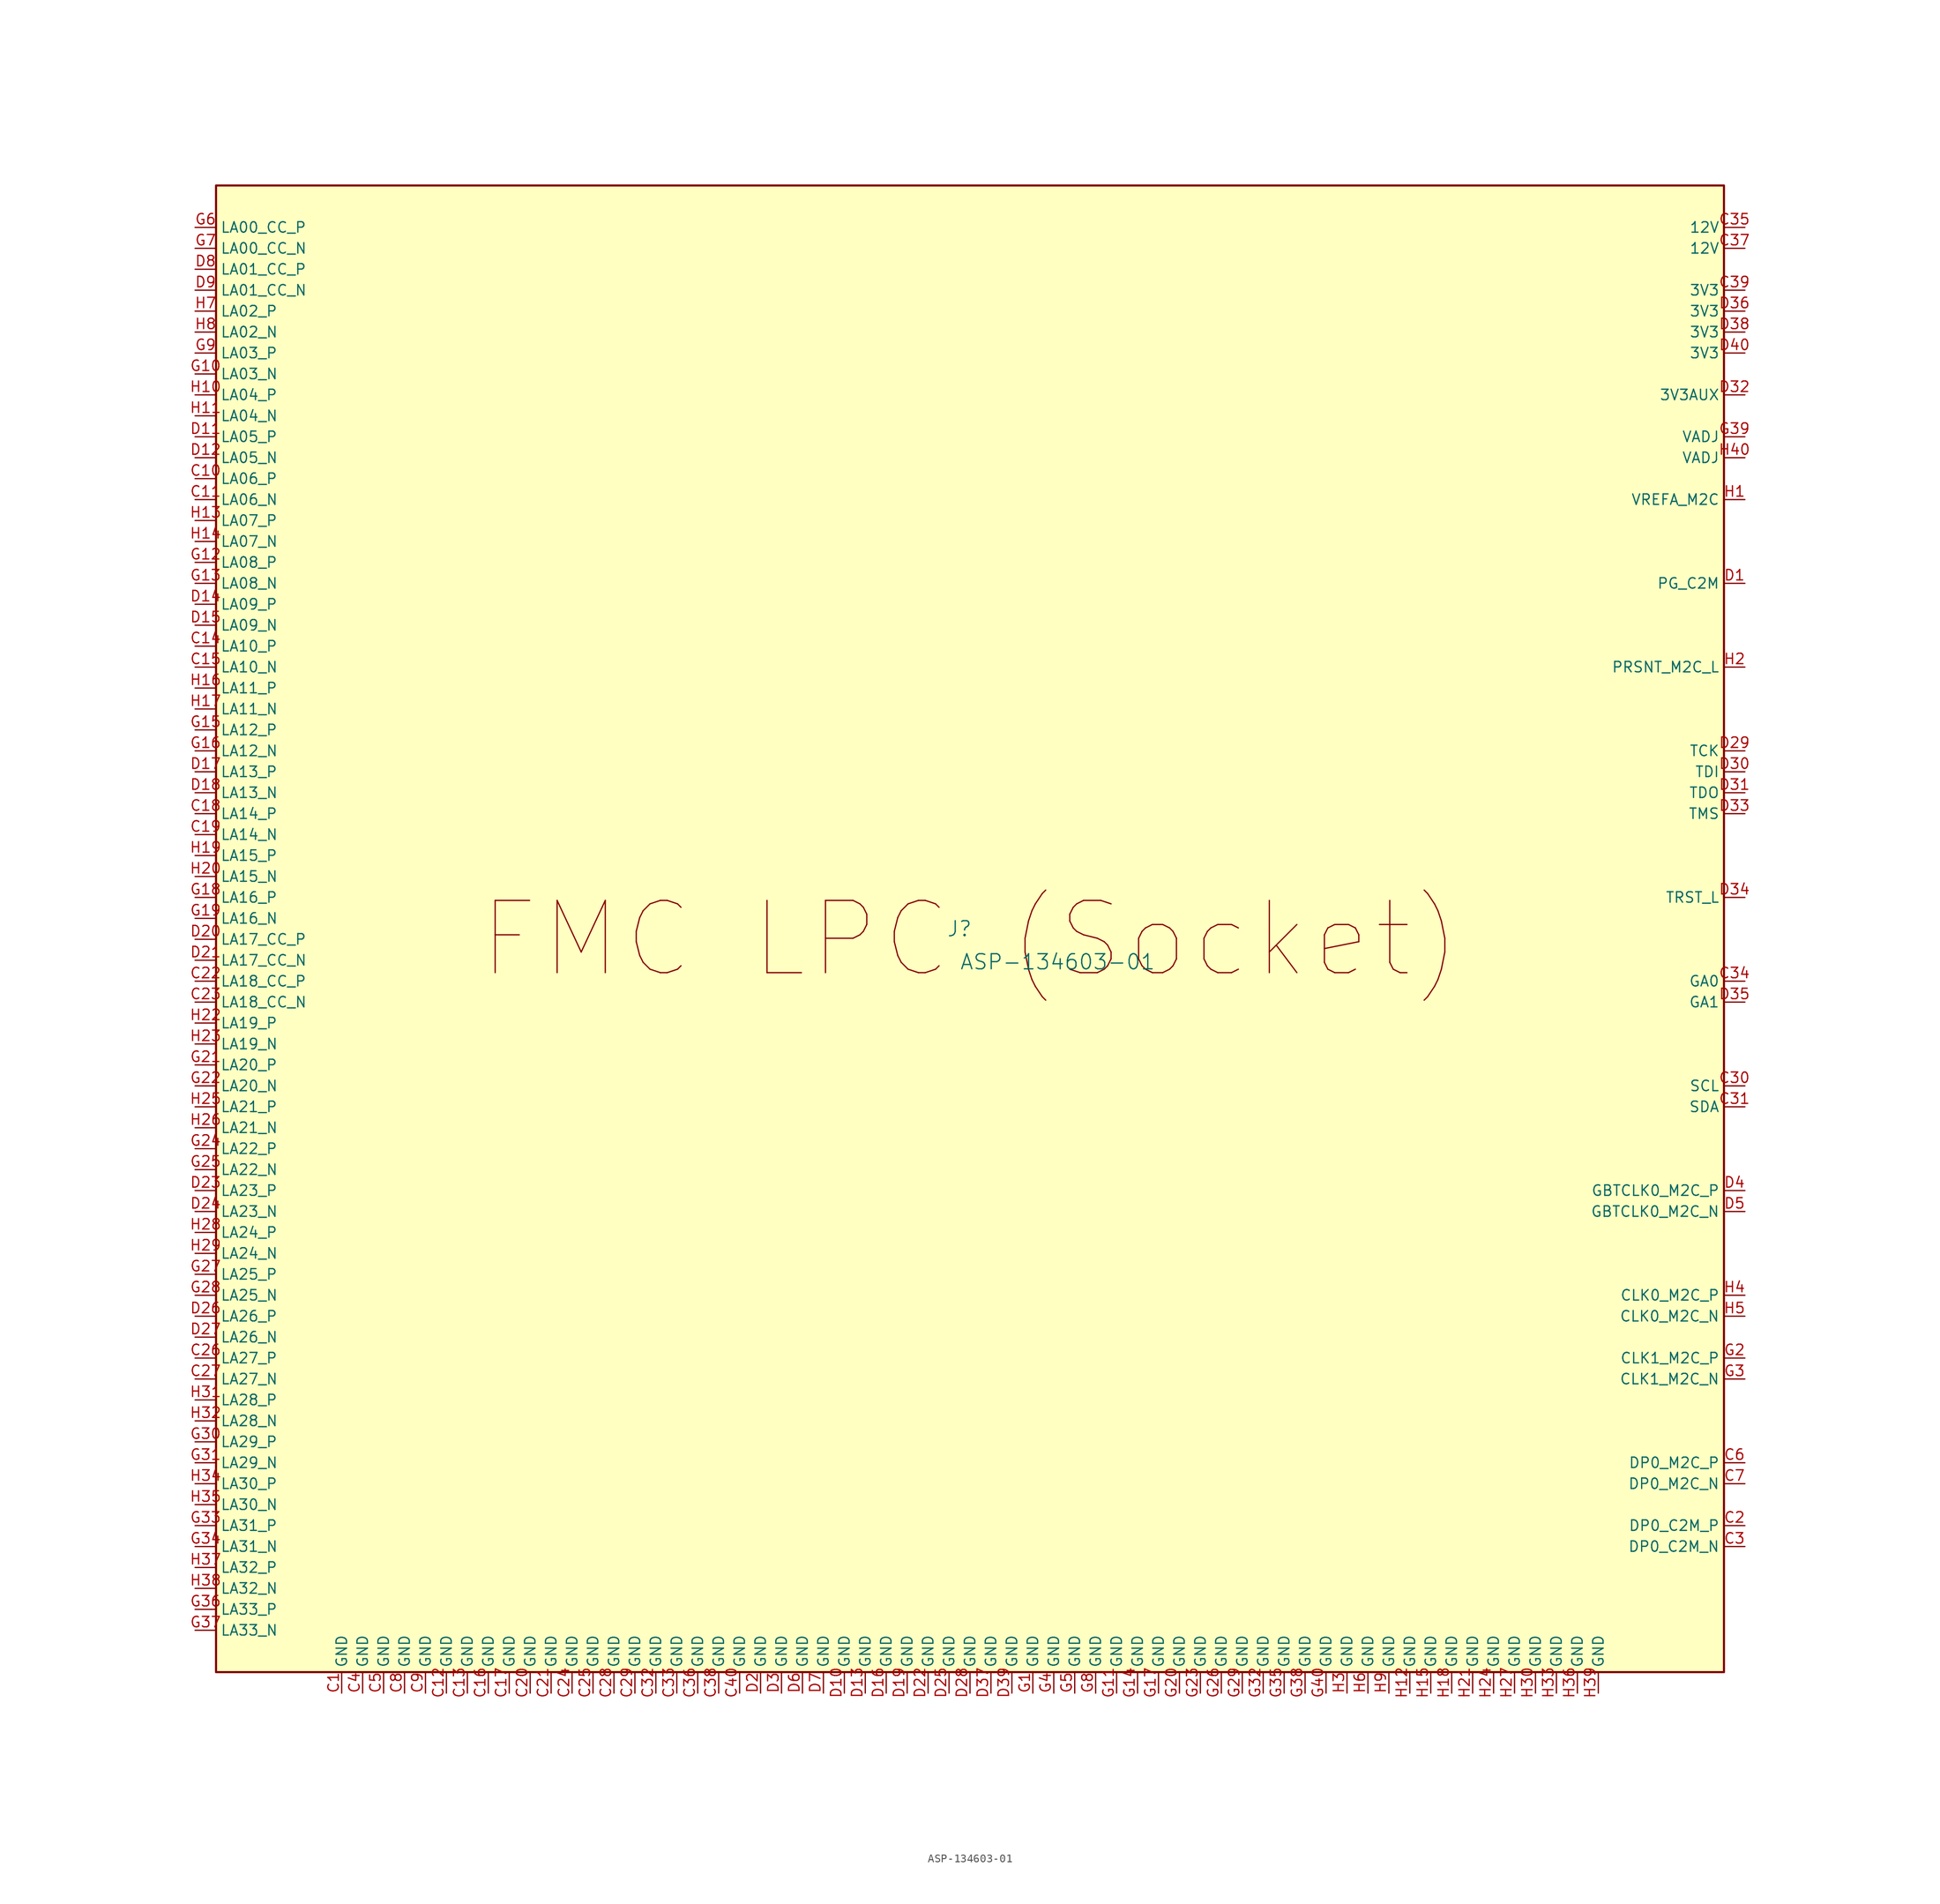
<source format=kicad_sym>
(kicad_symbol_lib
  (version 20231120)
  (generator "kicad_symbol_editor")
  (generator_version "8.0")
  (symbol "ASP-134603-01"
    (property "Reference" "J"
      (at -1.27 1.27 0)
      (effects (font (size 1.829 1.829))))
    (property "Value" "ASP-134603-01"
      (at -1.27 -3.81 0)
      (effects (font (size 1.829 1.829)) (justify left bottom)))
    (symbol "ASP-134603-01_1_0"
      (rectangle (start 91.44 91.44) (end -91.44 -88.9) (stroke (width 0.254) (type solid) (color 128 0 0 1)) (fill (type background)))
      (text "FMC LPC (Socket)" (at 0 0 0) (effects (font (size 8.763 8.763))))
      (pin power_in line (at -76.2 -91.44 90) (length 2.54) (name "GND" (effects (font (size 1.27 1.27)))) (number "C1" (effects (font (size 1.27 1.27)))))
      (pin bidirectional line (at -93.98 55.88 0) (length 2.54) (name "LA06_P" (effects (font (size 1.27 1.27)))) (number "C10" (effects (font (size 1.27 1.27)))))
      (pin bidirectional line (at -93.98 53.34 0) (length 2.54) (name "LA06_N" (effects (font (size 1.27 1.27)))) (number "C11" (effects (font (size 1.27 1.27)))))
      (pin power_in line (at -63.5 -91.44 90) (length 2.54) (name "GND" (effects (font (size 1.27 1.27)))) (number "C12" (effects (font (size 1.27 1.27)))))
      (pin power_in line (at -60.96 -91.44 90) (length 2.54) (name "GND" (effects (font (size 1.27 1.27)))) (number "C13" (effects (font (size 1.27 1.27)))))
      (pin bidirectional line (at -93.98 35.56 0) (length 2.54) (name "LA10_P" (effects (font (size 1.27 1.27)))) (number "C14" (effects (font (size 1.27 1.27)))))
      (pin bidirectional line (at -93.98 33.02 0) (length 2.54) (name "LA10_N" (effects (font (size 1.27 1.27)))) (number "C15" (effects (font (size 1.27 1.27)))))
      (pin power_in line (at -58.42 -91.44 90) (length 2.54) (name "GND" (effects (font (size 1.27 1.27)))) (number "C16" (effects (font (size 1.27 1.27)))))
      (pin power_in line (at -55.88 -91.44 90) (length 2.54) (name "GND" (effects (font (size 1.27 1.27)))) (number "C17" (effects (font (size 1.27 1.27)))))
      (pin bidirectional line (at -93.98 15.24 0) (length 2.54) (name "LA14_P" (effects (font (size 1.27 1.27)))) (number "C18" (effects (font (size 1.27 1.27)))))
      (pin bidirectional line (at -93.98 12.7 0) (length 2.54) (name "LA14_N" (effects (font (size 1.27 1.27)))) (number "C19" (effects (font (size 1.27 1.27)))))
      (pin bidirectional line (at 93.98 -71.12 180) (length 2.54) (name "DP0_C2M_P" (effects (font (size 1.27 1.27)))) (number "C2" (effects (font (size 1.27 1.27)))))
      (pin power_in line (at -53.34 -91.44 90) (length 2.54) (name "GND" (effects (font (size 1.27 1.27)))) (number "C20" (effects (font (size 1.27 1.27)))))
      (pin power_in line (at -50.8 -91.44 90) (length 2.54) (name "GND" (effects (font (size 1.27 1.27)))) (number "C21" (effects (font (size 1.27 1.27)))))
      (pin bidirectional line (at -93.98 -5.08 0) (length 2.54) (name "LA18_CC_P" (effects (font (size 1.27 1.27)))) (number "C22" (effects (font (size 1.27 1.27)))))
      (pin bidirectional line (at -93.98 -7.62 0) (length 2.54) (name "LA18_CC_N" (effects (font (size 1.27 1.27)))) (number "C23" (effects (font (size 1.27 1.27)))))
      (pin power_in line (at -48.26 -91.44 90) (length 2.54) (name "GND" (effects (font (size 1.27 1.27)))) (number "C24" (effects (font (size 1.27 1.27)))))
      (pin power_in line (at -45.72 -91.44 90) (length 2.54) (name "GND" (effects (font (size 1.27 1.27)))) (number "C25" (effects (font (size 1.27 1.27)))))
      (pin bidirectional line (at -93.98 -50.8 0) (length 2.54) (name "LA27_P" (effects (font (size 1.27 1.27)))) (number "C26" (effects (font (size 1.27 1.27)))))
      (pin bidirectional line (at -93.98 -53.34 0) (length 2.54) (name "LA27_N" (effects (font (size 1.27 1.27)))) (number "C27" (effects (font (size 1.27 1.27)))))
      (pin power_in line (at -43.18 -91.44 90) (length 2.54) (name "GND" (effects (font (size 1.27 1.27)))) (number "C28" (effects (font (size 1.27 1.27)))))
      (pin power_in line (at -40.64 -91.44 90) (length 2.54) (name "GND" (effects (font (size 1.27 1.27)))) (number "C29" (effects (font (size 1.27 1.27)))))
      (pin bidirectional line (at 93.98 -73.66 180) (length 2.54) (name "DP0_C2M_N" (effects (font (size 1.27 1.27)))) (number "C3" (effects (font (size 1.27 1.27)))))
      (pin input line (at 93.98 -17.78 180) (length 2.54) (name "SCL" (effects (font (size 1.27 1.27)))) (number "C30" (effects (font (size 1.27 1.27)))))
      (pin bidirectional line (at 93.98 -20.32 180) (length 2.54) (name "SDA" (effects (font (size 1.27 1.27)))) (number "C31" (effects (font (size 1.27 1.27)))))
      (pin power_in line (at -38.1 -91.44 90) (length 2.54) (name "GND" (effects (font (size 1.27 1.27)))) (number "C32" (effects (font (size 1.27 1.27)))))
      (pin power_in line (at -35.56 -91.44 90) (length 2.54) (name "GND" (effects (font (size 1.27 1.27)))) (number "C33" (effects (font (size 1.27 1.27)))))
      (pin bidirectional line (at 93.98 -5.08 180) (length 2.54) (name "GA0" (effects (font (size 1.27 1.27)))) (number "C34" (effects (font (size 1.27 1.27)))))
      (pin power_in line (at 93.98 86.36 180) (length 2.54) (name "12V" (effects (font (size 1.27 1.27)))) (number "C35" (effects (font (size 1.27 1.27)))))
      (pin passive line (at -33.02 -91.44 90) (length 2.54) (name "GND" (effects (font (size 1.27 1.27)))) (number "C36" (effects (font (size 1.27 1.27)))))
      (pin power_in line (at 93.98 83.82 180) (length 2.54) (name "12V" (effects (font (size 1.27 1.27)))) (number "C37" (effects (font (size 1.27 1.27)))))
      (pin passive line (at -30.48 -91.44 90) (length 2.54) (name "GND" (effects (font (size 1.27 1.27)))) (number "C38" (effects (font (size 1.27 1.27)))))
      (pin power_in line (at 93.98 78.74 180) (length 2.54) (name "3V3" (effects (font (size 1.27 1.27)))) (number "C39" (effects (font (size 1.27 1.27)))))
      (pin power_in line (at -73.66 -91.44 90) (length 2.54) (name "GND" (effects (font (size 1.27 1.27)))) (number "C4" (effects (font (size 1.27 1.27)))))
      (pin passive line (at -27.94 -91.44 90) (length 2.54) (name "GND" (effects (font (size 1.27 1.27)))) (number "C40" (effects (font (size 1.27 1.27)))))
      (pin power_in line (at -71.12 -91.44 90) (length 2.54) (name "GND" (effects (font (size 1.27 1.27)))) (number "C5" (effects (font (size 1.27 1.27)))))
      (pin bidirectional line (at 93.98 -63.5 180) (length 2.54) (name "DP0_M2C_P" (effects (font (size 1.27 1.27)))) (number "C6" (effects (font (size 1.27 1.27)))))
      (pin bidirectional line (at 93.98 -66.04 180) (length 2.54) (name "DP0_M2C_N" (effects (font (size 1.27 1.27)))) (number "C7" (effects (font (size 1.27 1.27)))))
      (pin power_in line (at -68.58 -91.44 90) (length 2.54) (name "GND" (effects (font (size 1.27 1.27)))) (number "C8" (effects (font (size 1.27 1.27)))))
      (pin power_in line (at -66.04 -91.44 90) (length 2.54) (name "GND" (effects (font (size 1.27 1.27)))) (number "C9" (effects (font (size 1.27 1.27)))))
      (pin input line (at 93.98 43.18 180) (length 2.54) (name "PG_C2M" (effects (font (size 1.27 1.27)))) (number "D1" (effects (font (size 1.27 1.27)))))
      (pin power_in line (at -15.24 -91.44 90) (length 2.54) (name "GND" (effects (font (size 1.27 1.27)))) (number "D10" (effects (font (size 1.27 1.27)))))
      (pin bidirectional line (at -93.98 60.96 0) (length 2.54) (name "LA05_P" (effects (font (size 1.27 1.27)))) (number "D11" (effects (font (size 1.27 1.27)))))
      (pin bidirectional line (at -93.98 58.42 0) (length 2.54) (name "LA05_N" (effects (font (size 1.27 1.27)))) (number "D12" (effects (font (size 1.27 1.27)))))
      (pin power_in line (at -12.7 -91.44 90) (length 2.54) (name "GND" (effects (font (size 1.27 1.27)))) (number "D13" (effects (font (size 1.27 1.27)))))
      (pin bidirectional line (at -93.98 40.64 0) (length 2.54) (name "LA09_P" (effects (font (size 1.27 1.27)))) (number "D14" (effects (font (size 1.27 1.27)))))
      (pin bidirectional line (at -93.98 38.1 0) (length 2.54) (name "LA09_N" (effects (font (size 1.27 1.27)))) (number "D15" (effects (font (size 1.27 1.27)))))
      (pin power_in line (at -10.16 -91.44 90) (length 2.54) (name "GND" (effects (font (size 1.27 1.27)))) (number "D16" (effects (font (size 1.27 1.27)))))
      (pin bidirectional line (at -93.98 20.32 0) (length 2.54) (name "LA13_P" (effects (font (size 1.27 1.27)))) (number "D17" (effects (font (size 1.27 1.27)))))
      (pin bidirectional line (at -93.98 17.78 0) (length 2.54) (name "LA13_N" (effects (font (size 1.27 1.27)))) (number "D18" (effects (font (size 1.27 1.27)))))
      (pin power_in line (at -7.62 -91.44 90) (length 2.54) (name "GND" (effects (font (size 1.27 1.27)))) (number "D19" (effects (font (size 1.27 1.27)))))
      (pin power_in line (at -25.4 -91.44 90) (length 2.54) (name "GND" (effects (font (size 1.27 1.27)))) (number "D2" (effects (font (size 1.27 1.27)))))
      (pin bidirectional line (at -93.98 0 0) (length 2.54) (name "LA17_CC_P" (effects (font (size 1.27 1.27)))) (number "D20" (effects (font (size 1.27 1.27)))))
      (pin bidirectional line (at -93.98 -2.54 0) (length 2.54) (name "LA17_CC_N" (effects (font (size 1.27 1.27)))) (number "D21" (effects (font (size 1.27 1.27)))))
      (pin power_in line (at -5.08 -91.44 90) (length 2.54) (name "GND" (effects (font (size 1.27 1.27)))) (number "D22" (effects (font (size 1.27 1.27)))))
      (pin bidirectional line (at -93.98 -30.48 0) (length 2.54) (name "LA23_P" (effects (font (size 1.27 1.27)))) (number "D23" (effects (font (size 1.27 1.27)))))
      (pin bidirectional line (at -93.98 -33.02 0) (length 2.54) (name "LA23_N" (effects (font (size 1.27 1.27)))) (number "D24" (effects (font (size 1.27 1.27)))))
      (pin power_in line (at -2.54 -91.44 90) (length 2.54) (name "GND" (effects (font (size 1.27 1.27)))) (number "D25" (effects (font (size 1.27 1.27)))))
      (pin bidirectional line (at -93.98 -45.72 0) (length 2.54) (name "LA26_P" (effects (font (size 1.27 1.27)))) (number "D26" (effects (font (size 1.27 1.27)))))
      (pin bidirectional line (at -93.98 -48.26 0) (length 2.54) (name "LA26_N" (effects (font (size 1.27 1.27)))) (number "D27" (effects (font (size 1.27 1.27)))))
      (pin power_in line (at 0 -91.44 90) (length 2.54) (name "GND" (effects (font (size 1.27 1.27)))) (number "D28" (effects (font (size 1.27 1.27)))))
      (pin bidirectional line (at 93.98 22.86 180) (length 2.54) (name "TCK" (effects (font (size 1.27 1.27)))) (number "D29" (effects (font (size 1.27 1.27)))))
      (pin power_in line (at -22.86 -91.44 90) (length 2.54) (name "GND" (effects (font (size 1.27 1.27)))) (number "D3" (effects (font (size 1.27 1.27)))))
      (pin bidirectional line (at 93.98 20.32 180) (length 2.54) (name "TDI" (effects (font (size 1.27 1.27)))) (number "D30" (effects (font (size 1.27 1.27)))))
      (pin bidirectional line (at 93.98 17.78 180) (length 2.54) (name "TDO" (effects (font (size 1.27 1.27)))) (number "D31" (effects (font (size 1.27 1.27)))))
      (pin power_in line (at 93.98 66.04 180) (length 2.54) (name "3V3AUX" (effects (font (size 1.27 1.27)))) (number "D32" (effects (font (size 1.27 1.27)))))
      (pin bidirectional line (at 93.98 15.24 180) (length 2.54) (name "TMS" (effects (font (size 1.27 1.27)))) (number "D33" (effects (font (size 1.27 1.27)))))
      (pin bidirectional line (at 93.98 5.08 180) (length 2.54) (name "TRST_L" (effects (font (size 1.27 1.27)))) (number "D34" (effects (font (size 1.27 1.27)))))
      (pin bidirectional line (at 93.98 -7.62 180) (length 2.54) (name "GA1" (effects (font (size 1.27 1.27)))) (number "D35" (effects (font (size 1.27 1.27)))))
      (pin power_in line (at 93.98 76.2 180) (length 2.54) (name "3V3" (effects (font (size 1.27 1.27)))) (number "D36" (effects (font (size 1.27 1.27)))))
      (pin power_in line (at 2.54 -91.44 90) (length 2.54) (name "GND" (effects (font (size 1.27 1.27)))) (number "D37" (effects (font (size 1.27 1.27)))))
      (pin power_in line (at 93.98 73.66 180) (length 2.54) (name "3V3" (effects (font (size 1.27 1.27)))) (number "D38" (effects (font (size 1.27 1.27)))))
      (pin power_in line (at 5.08 -91.44 90) (length 2.54) (name "GND" (effects (font (size 1.27 1.27)))) (number "D39" (effects (font (size 1.27 1.27)))))
      (pin bidirectional line (at 93.98 -30.48 180) (length 2.54) (name "GBTCLK0_M2C_P" (effects (font (size 1.27 1.27)))) (number "D4" (effects (font (size 1.27 1.27)))))
      (pin power_in line (at 93.98 71.12 180) (length 2.54) (name "3V3" (effects (font (size 1.27 1.27)))) (number "D40" (effects (font (size 1.27 1.27)))))
      (pin bidirectional line (at 93.98 -33.02 180) (length 2.54) (name "GBTCLK0_M2C_N" (effects (font (size 1.27 1.27)))) (number "D5" (effects (font (size 1.27 1.27)))))
      (pin power_in line (at -20.32 -91.44 90) (length 2.54) (name "GND" (effects (font (size 1.27 1.27)))) (number "D6" (effects (font (size 1.27 1.27)))))
      (pin power_in line (at -17.78 -91.44 90) (length 2.54) (name "GND" (effects (font (size 1.27 1.27)))) (number "D7" (effects (font (size 1.27 1.27)))))
      (pin bidirectional line (at -93.98 81.28 0) (length 2.54) (name "LA01_CC_P" (effects (font (size 1.27 1.27)))) (number "D8" (effects (font (size 1.27 1.27)))))
      (pin bidirectional line (at -93.98 78.74 0) (length 2.54) (name "LA01_CC_N" (effects (font (size 1.27 1.27)))) (number "D9" (effects (font (size 1.27 1.27)))))
      (pin power_in line (at 7.62 -91.44 90) (length 2.54) (name "GND" (effects (font (size 1.27 1.27)))) (number "G1" (effects (font (size 1.27 1.27)))))
      (pin bidirectional line (at -93.98 68.58 0) (length 2.54) (name "LA03_N" (effects (font (size 1.27 1.27)))) (number "G10" (effects (font (size 1.27 1.27)))))
      (pin power_in line (at 17.78 -91.44 90) (length 2.54) (name "GND" (effects (font (size 1.27 1.27)))) (number "G11" (effects (font (size 1.27 1.27)))))
      (pin bidirectional line (at -93.98 45.72 0) (length 2.54) (name "LA08_P" (effects (font (size 1.27 1.27)))) (number "G12" (effects (font (size 1.27 1.27)))))
      (pin bidirectional line (at -93.98 43.18 0) (length 2.54) (name "LA08_N" (effects (font (size 1.27 1.27)))) (number "G13" (effects (font (size 1.27 1.27)))))
      (pin power_in line (at 20.32 -91.44 90) (length 2.54) (name "GND" (effects (font (size 1.27 1.27)))) (number "G14" (effects (font (size 1.27 1.27)))))
      (pin bidirectional line (at -93.98 25.4 0) (length 2.54) (name "LA12_P" (effects (font (size 1.27 1.27)))) (number "G15" (effects (font (size 1.27 1.27)))))
      (pin bidirectional line (at -93.98 22.86 0) (length 2.54) (name "LA12_N" (effects (font (size 1.27 1.27)))) (number "G16" (effects (font (size 1.27 1.27)))))
      (pin power_in line (at 22.86 -91.44 90) (length 2.54) (name "GND" (effects (font (size 1.27 1.27)))) (number "G17" (effects (font (size 1.27 1.27)))))
      (pin bidirectional line (at -93.98 5.08 0) (length 2.54) (name "LA16_P" (effects (font (size 1.27 1.27)))) (number "G18" (effects (font (size 1.27 1.27)))))
      (pin bidirectional line (at -93.98 2.54 0) (length 2.54) (name "LA16_N" (effects (font (size 1.27 1.27)))) (number "G19" (effects (font (size 1.27 1.27)))))
      (pin bidirectional line (at 93.98 -50.8 180) (length 2.54) (name "CLK1_M2C_P" (effects (font (size 1.27 1.27)))) (number "G2" (effects (font (size 1.27 1.27)))))
      (pin power_in line (at 25.4 -91.44 90) (length 2.54) (name "GND" (effects (font (size 1.27 1.27)))) (number "G20" (effects (font (size 1.27 1.27)))))
      (pin bidirectional line (at -93.98 -15.24 0) (length 2.54) (name "LA20_P" (effects (font (size 1.27 1.27)))) (number "G21" (effects (font (size 1.27 1.27)))))
      (pin bidirectional line (at -93.98 -17.78 0) (length 2.54) (name "LA20_N" (effects (font (size 1.27 1.27)))) (number "G22" (effects (font (size 1.27 1.27)))))
      (pin power_in line (at 27.94 -91.44 90) (length 2.54) (name "GND" (effects (font (size 1.27 1.27)))) (number "G23" (effects (font (size 1.27 1.27)))))
      (pin bidirectional line (at -93.98 -25.4 0) (length 2.54) (name "LA22_P" (effects (font (size 1.27 1.27)))) (number "G24" (effects (font (size 1.27 1.27)))))
      (pin bidirectional line (at -93.98 -27.94 0) (length 2.54) (name "LA22_N" (effects (font (size 1.27 1.27)))) (number "G25" (effects (font (size 1.27 1.27)))))
      (pin power_in line (at 30.48 -91.44 90) (length 2.54) (name "GND" (effects (font (size 1.27 1.27)))) (number "G26" (effects (font (size 1.27 1.27)))))
      (pin bidirectional line (at -93.98 -40.64 0) (length 2.54) (name "LA25_P" (effects (font (size 1.27 1.27)))) (number "G27" (effects (font (size 1.27 1.27)))))
      (pin bidirectional line (at -93.98 -43.18 0) (length 2.54) (name "LA25_N" (effects (font (size 1.27 1.27)))) (number "G28" (effects (font (size 1.27 1.27)))))
      (pin power_in line (at 33.02 -91.44 90) (length 2.54) (name "GND" (effects (font (size 1.27 1.27)))) (number "G29" (effects (font (size 1.27 1.27)))))
      (pin bidirectional line (at 93.98 -53.34 180) (length 2.54) (name "CLK1_M2C_N" (effects (font (size 1.27 1.27)))) (number "G3" (effects (font (size 1.27 1.27)))))
      (pin bidirectional line (at -93.98 -60.96 0) (length 2.54) (name "LA29_P" (effects (font (size 1.27 1.27)))) (number "G30" (effects (font (size 1.27 1.27)))))
      (pin bidirectional line (at -93.98 -63.5 0) (length 2.54) (name "LA29_N" (effects (font (size 1.27 1.27)))) (number "G31" (effects (font (size 1.27 1.27)))))
      (pin power_in line (at 35.56 -91.44 90) (length 2.54) (name "GND" (effects (font (size 1.27 1.27)))) (number "G32" (effects (font (size 1.27 1.27)))))
      (pin bidirectional line (at -93.98 -71.12 0) (length 2.54) (name "LA31_P" (effects (font (size 1.27 1.27)))) (number "G33" (effects (font (size 1.27 1.27)))))
      (pin bidirectional line (at -93.98 -73.66 0) (length 2.54) (name "LA31_N" (effects (font (size 1.27 1.27)))) (number "G34" (effects (font (size 1.27 1.27)))))
      (pin power_in line (at 38.1 -91.44 90) (length 2.54) (name "GND" (effects (font (size 1.27 1.27)))) (number "G35" (effects (font (size 1.27 1.27)))))
      (pin bidirectional line (at -93.98 -81.28 0) (length 2.54) (name "LA33_P" (effects (font (size 1.27 1.27)))) (number "G36" (effects (font (size 1.27 1.27)))))
      (pin bidirectional line (at -93.98 -83.82 0) (length 2.54) (name "LA33_N" (effects (font (size 1.27 1.27)))) (number "G37" (effects (font (size 1.27 1.27)))))
      (pin power_in line (at 40.64 -91.44 90) (length 2.54) (name "GND" (effects (font (size 1.27 1.27)))) (number "G38" (effects (font (size 1.27 1.27)))))
      (pin power_in line (at 93.98 60.96 180) (length 2.54) (name "VADJ" (effects (font (size 1.27 1.27)))) (number "G39" (effects (font (size 1.27 1.27)))))
      (pin power_in line (at 10.16 -91.44 90) (length 2.54) (name "GND" (effects (font (size 1.27 1.27)))) (number "G4" (effects (font (size 1.27 1.27)))))
      (pin power_in line (at 43.18 -91.44 90) (length 2.54) (name "GND" (effects (font (size 1.27 1.27)))) (number "G40" (effects (font (size 1.27 1.27)))))
      (pin power_in line (at 12.7 -91.44 90) (length 2.54) (name "GND" (effects (font (size 1.27 1.27)))) (number "G5" (effects (font (size 1.27 1.27)))))
      (pin bidirectional line (at -93.98 86.36 0) (length 2.54) (name "LA00_CC_P" (effects (font (size 1.27 1.27)))) (number "G6" (effects (font (size 1.27 1.27)))))
      (pin bidirectional line (at -93.98 83.82 0) (length 2.54) (name "LA00_CC_N" (effects (font (size 1.27 1.27)))) (number "G7" (effects (font (size 1.27 1.27)))))
      (pin power_in line (at 15.24 -91.44 90) (length 2.54) (name "GND" (effects (font (size 1.27 1.27)))) (number "G8" (effects (font (size 1.27 1.27)))))
      (pin bidirectional line (at -93.98 71.12 0) (length 2.54) (name "LA03_P" (effects (font (size 1.27 1.27)))) (number "G9" (effects (font (size 1.27 1.27)))))
      (pin power_in line (at 93.98 53.34 180) (length 2.54) (name "VREFA_M2C" (effects (font (size 1.27 1.27)))) (number "H1" (effects (font (size 1.27 1.27)))))
      (pin bidirectional line (at -93.98 66.04 0) (length 2.54) (name "LA04_P" (effects (font (size 1.27 1.27)))) (number "H10" (effects (font (size 1.27 1.27)))))
      (pin bidirectional line (at -93.98 63.5 0) (length 2.54) (name "LA04_N" (effects (font (size 1.27 1.27)))) (number "H11" (effects (font (size 1.27 1.27)))))
      (pin power_in line (at 53.34 -91.44 90) (length 2.54) (name "GND" (effects (font (size 1.27 1.27)))) (number "H12" (effects (font (size 1.27 1.27)))))
      (pin bidirectional line (at -93.98 50.8 0) (length 2.54) (name "LA07_P" (effects (font (size 1.27 1.27)))) (number "H13" (effects (font (size 1.27 1.27)))))
      (pin bidirectional line (at -93.98 48.26 0) (length 2.54) (name "LA07_N" (effects (font (size 1.27 1.27)))) (number "H14" (effects (font (size 1.27 1.27)))))
      (pin power_in line (at 55.88 -91.44 90) (length 2.54) (name "GND" (effects (font (size 1.27 1.27)))) (number "H15" (effects (font (size 1.27 1.27)))))
      (pin bidirectional line (at -93.98 30.48 0) (length 2.54) (name "LA11_P" (effects (font (size 1.27 1.27)))) (number "H16" (effects (font (size 1.27 1.27)))))
      (pin bidirectional line (at -93.98 27.94 0) (length 2.54) (name "LA11_N" (effects (font (size 1.27 1.27)))) (number "H17" (effects (font (size 1.27 1.27)))))
      (pin power_in line (at 58.42 -91.44 90) (length 2.54) (name "GND" (effects (font (size 1.27 1.27)))) (number "H18" (effects (font (size 1.27 1.27)))))
      (pin bidirectional line (at -93.98 10.16 0) (length 2.54) (name "LA15_P" (effects (font (size 1.27 1.27)))) (number "H19" (effects (font (size 1.27 1.27)))))
      (pin bidirectional line (at 93.98 33.02 180) (length 2.54) (name "PRSNT_M2C_L" (effects (font (size 1.27 1.27)))) (number "H2" (effects (font (size 1.27 1.27)))))
      (pin bidirectional line (at -93.98 7.62 0) (length 2.54) (name "LA15_N" (effects (font (size 1.27 1.27)))) (number "H20" (effects (font (size 1.27 1.27)))))
      (pin power_in line (at 60.96 -91.44 90) (length 2.54) (name "GND" (effects (font (size 1.27 1.27)))) (number "H21" (effects (font (size 1.27 1.27)))))
      (pin bidirectional line (at -93.98 -10.16 0) (length 2.54) (name "LA19_P" (effects (font (size 1.27 1.27)))) (number "H22" (effects (font (size 1.27 1.27)))))
      (pin bidirectional line (at -93.98 -12.7 0) (length 2.54) (name "LA19_N" (effects (font (size 1.27 1.27)))) (number "H23" (effects (font (size 1.27 1.27)))))
      (pin power_in line (at 63.5 -91.44 90) (length 2.54) (name "GND" (effects (font (size 1.27 1.27)))) (number "H24" (effects (font (size 1.27 1.27)))))
      (pin bidirectional line (at -93.98 -20.32 0) (length 2.54) (name "LA21_P" (effects (font (size 1.27 1.27)))) (number "H25" (effects (font (size 1.27 1.27)))))
      (pin bidirectional line (at -93.98 -22.86 0) (length 2.54) (name "LA21_N" (effects (font (size 1.27 1.27)))) (number "H26" (effects (font (size 1.27 1.27)))))
      (pin power_in line (at 66.04 -91.44 90) (length 2.54) (name "GND" (effects (font (size 1.27 1.27)))) (number "H27" (effects (font (size 1.27 1.27)))))
      (pin bidirectional line (at -93.98 -35.56 0) (length 2.54) (name "LA24_P" (effects (font (size 1.27 1.27)))) (number "H28" (effects (font (size 1.27 1.27)))))
      (pin bidirectional line (at -93.98 -38.1 0) (length 2.54) (name "LA24_N" (effects (font (size 1.27 1.27)))) (number "H29" (effects (font (size 1.27 1.27)))))
      (pin power_in line (at 45.72 -91.44 90) (length 2.54) (name "GND" (effects (font (size 1.27 1.27)))) (number "H3" (effects (font (size 1.27 1.27)))))
      (pin power_in line (at 68.58 -91.44 90) (length 2.54) (name "GND" (effects (font (size 1.27 1.27)))) (number "H30" (effects (font (size 1.27 1.27)))))
      (pin bidirectional line (at -93.98 -55.88 0) (length 2.54) (name "LA28_P" (effects (font (size 1.27 1.27)))) (number "H31" (effects (font (size 1.27 1.27)))))
      (pin bidirectional line (at -93.98 -58.42 0) (length 2.54) (name "LA28_N" (effects (font (size 1.27 1.27)))) (number "H32" (effects (font (size 1.27 1.27)))))
      (pin power_in line (at 71.12 -91.44 90) (length 2.54) (name "GND" (effects (font (size 1.27 1.27)))) (number "H33" (effects (font (size 1.27 1.27)))))
      (pin bidirectional line (at -93.98 -66.04 0) (length 2.54) (name "LA30_P" (effects (font (size 1.27 1.27)))) (number "H34" (effects (font (size 1.27 1.27)))))
      (pin bidirectional line (at -93.98 -68.58 0) (length 2.54) (name "LA30_N" (effects (font (size 1.27 1.27)))) (number "H35" (effects (font (size 1.27 1.27)))))
      (pin power_in line (at 73.66 -91.44 90) (length 2.54) (name "GND" (effects (font (size 1.27 1.27)))) (number "H36" (effects (font (size 1.27 1.27)))))
      (pin bidirectional line (at -93.98 -76.2 0) (length 2.54) (name "LA32_P" (effects (font (size 1.27 1.27)))) (number "H37" (effects (font (size 1.27 1.27)))))
      (pin bidirectional line (at -93.98 -78.74 0) (length 2.54) (name "LA32_N" (effects (font (size 1.27 1.27)))) (number "H38" (effects (font (size 1.27 1.27)))))
      (pin power_in line (at 76.2 -91.44 90) (length 2.54) (name "GND" (effects (font (size 1.27 1.27)))) (number "H39" (effects (font (size 1.27 1.27)))))
      (pin bidirectional line (at 93.98 -43.18 180) (length 2.54) (name "CLK0_M2C_P" (effects (font (size 1.27 1.27)))) (number "H4" (effects (font (size 1.27 1.27)))))
      (pin power_in line (at 93.98 58.42 180) (length 2.54) (name "VADJ" (effects (font (size 1.27 1.27)))) (number "H40" (effects (font (size 1.27 1.27)))))
      (pin bidirectional line (at 93.98 -45.72 180) (length 2.54) (name "CLK0_M2C_N" (effects (font (size 1.27 1.27)))) (number "H5" (effects (font (size 1.27 1.27)))))
      (pin power_in line (at 48.26 -91.44 90) (length 2.54) (name "GND" (effects (font (size 1.27 1.27)))) (number "H6" (effects (font (size 1.27 1.27)))))
      (pin bidirectional line (at -93.98 76.2 0) (length 2.54) (name "LA02_P" (effects (font (size 1.27 1.27)))) (number "H7" (effects (font (size 1.27 1.27)))))
      (pin bidirectional line (at -93.98 73.66 0) (length 2.54) (name "LA02_N" (effects (font (size 1.27 1.27)))) (number "H8" (effects (font (size 1.27 1.27)))))
      (pin power_in line (at 50.8 -91.44 90) (length 2.54) (name "GND" (effects (font (size 1.27 1.27)))) (number "H9" (effects (font (size 1.27 1.27))))))))
</source>
